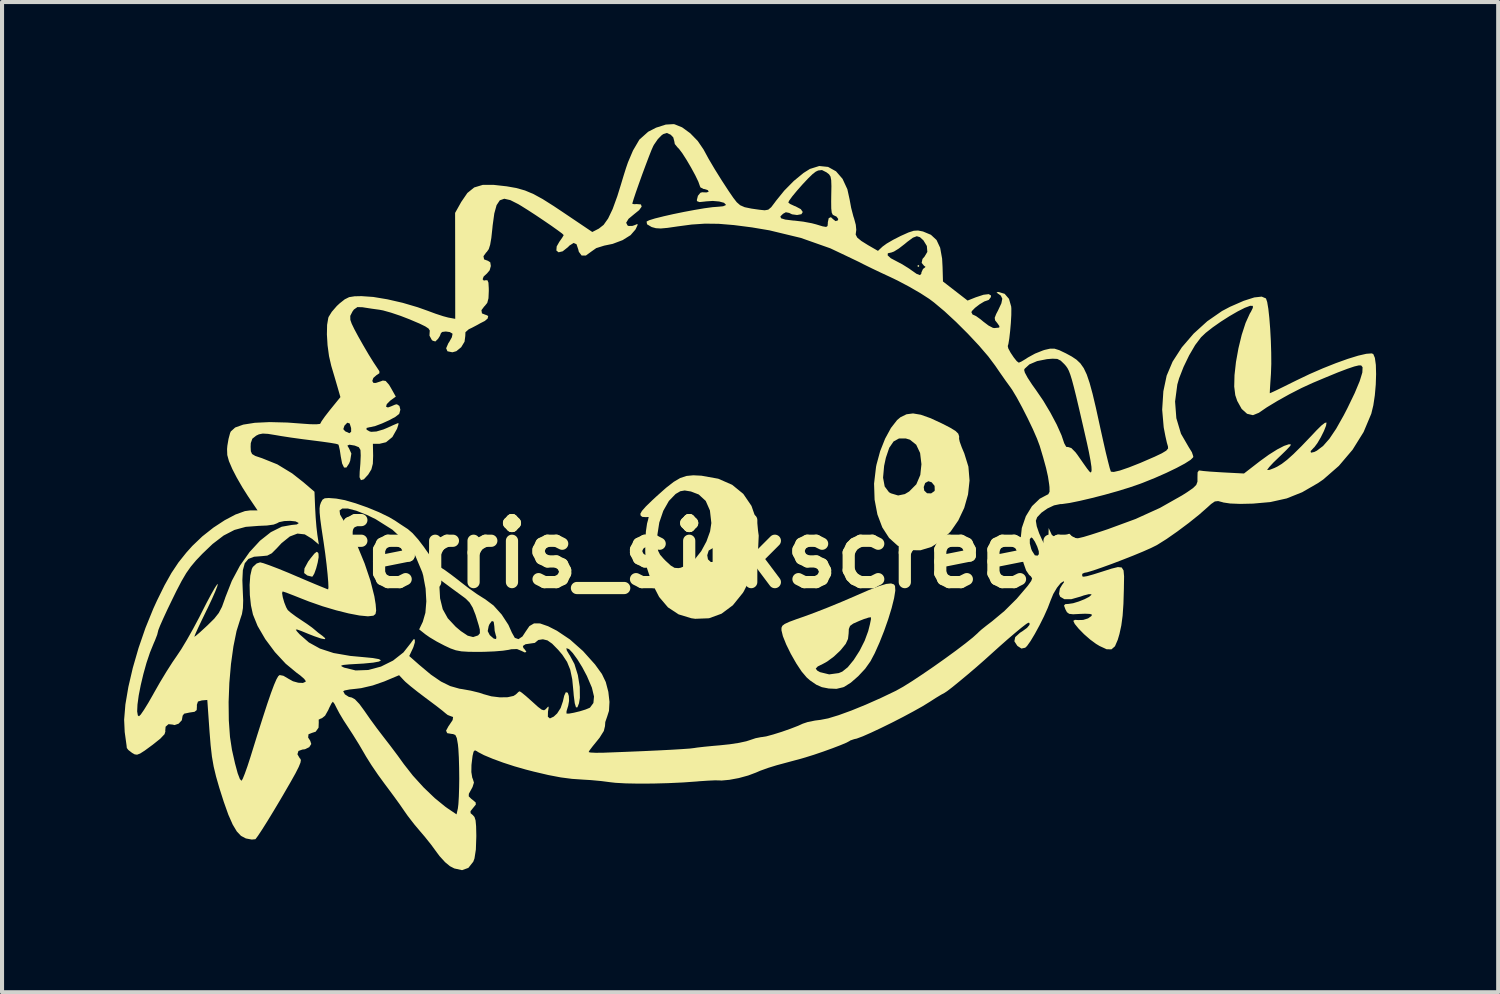
<source format=kicad_pcb>
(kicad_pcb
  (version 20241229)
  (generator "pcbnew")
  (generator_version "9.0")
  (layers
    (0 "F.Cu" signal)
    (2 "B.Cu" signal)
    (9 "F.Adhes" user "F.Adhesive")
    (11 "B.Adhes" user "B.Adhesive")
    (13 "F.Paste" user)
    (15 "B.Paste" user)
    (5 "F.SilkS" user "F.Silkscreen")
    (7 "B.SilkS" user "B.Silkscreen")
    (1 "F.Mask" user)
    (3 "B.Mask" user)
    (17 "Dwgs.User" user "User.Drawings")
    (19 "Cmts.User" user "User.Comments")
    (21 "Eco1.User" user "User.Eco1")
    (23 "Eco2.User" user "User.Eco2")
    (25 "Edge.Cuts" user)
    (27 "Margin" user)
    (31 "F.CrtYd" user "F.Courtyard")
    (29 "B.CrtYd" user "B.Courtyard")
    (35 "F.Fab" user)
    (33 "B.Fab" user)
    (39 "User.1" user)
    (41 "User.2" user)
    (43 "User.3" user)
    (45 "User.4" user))
  (footprint "ferris_silkscreen"
    (layer "F.Cu")
    (at 14.428 10.563)
    (property "Reference" "ferris_silkscreen" (at 0 0 0) (layer "F.SilkS") (effects (font (size 1.524 1.524) (thickness 0.3))))
    (attr board_only exclude_from_pos_files exclude_from_bom)
    (fp_poly (pts (xy 5.111 -7.078) (xy 5.085 -7.053) (xy 5.06 -7.078) (xy 5.085 -7.104)) (stroke (width 0) (type solid)) (fill yes) (layer "F.SilkS"))
    (fp_poly (pts (xy -9.665 -0.037) (xy -9.652 -0.007) (xy -9.649 0.077) (xy -9.672 0.209) (xy -9.71 0.353) (xy -9.755 0.478) (xy -9.797 0.55) (xy -9.812 0.556) (xy -9.878 0.54) (xy -9.927 0.527) (xy -10.005 0.467) (xy -9.997 0.353) (xy -9.906 0.184) (xy -9.852 0.111) (xy -9.755 -0.009) (xy -9.698 -0.055)) (stroke (width 0) (type solid)) (fill yes) (layer "F.SilkS"))
    (fp_poly (pts (xy 5.147 -3.423) (xy 5.389 -3.337) (xy 5.66 -3.211) (xy 5.867 -3.105) (xy 5.997 -3.026) (xy 6.066 -2.959) (xy 6.089 -2.89) (xy 6.087 -2.831) (xy 6.103 -2.758) (xy 6.152 -2.623) (xy 6.215 -2.473) (xy 6.316 -2.147) (xy 6.344 -1.807) (xy 6.307 -1.464) (xy 6.213 -1.133) (xy 6.068 -0.826) (xy 5.881 -0.555) (xy 5.658 -0.334) (xy 5.408 -0.175) (xy 5.137 -0.092) (xy 4.854 -0.096) (xy 4.823 -0.103) (xy 4.576 -0.207) (xy 4.367 -0.396) (xy 4.2 -0.655) (xy 4.08 -0.973) (xy 4.011 -1.335) (xy 3.998 -1.73) (xy 4.015 -1.876) (xy 4.219 -1.876) (xy 4.259 -1.66) (xy 4.364 -1.52) (xy 4.411 -1.492) (xy 4.589 -1.439) (xy 4.754 -1.473) (xy 4.861 -1.537) (xy 4.969 -1.646) (xy 5.218 -1.646) (xy 5.231 -1.559) (xy 5.3 -1.494) (xy 5.4 -1.49) (xy 5.48 -1.546) (xy 5.489 -1.565) (xy 5.485 -1.675) (xy 5.413 -1.763) (xy 5.333 -1.789) (xy 5.254 -1.746) (xy 5.218 -1.646) (xy 4.969 -1.646) (xy 5.036 -1.713) (xy 5.134 -1.943) (xy 5.162 -2.208) (xy 5.129 -2.483) (xy 5.034 -2.685) (xy 4.88 -2.809) (xy 4.78 -2.839) (xy 4.611 -2.84) (xy 4.477 -2.766) (xy 4.371 -2.611) (xy 4.288 -2.366) (xy 4.245 -2.166) (xy 4.219 -1.876) (xy 4.015 -1.876) (xy 4.047 -2.144) (xy 4.058 -2.198) (xy 4.148 -2.529) (xy 4.27 -2.836) (xy 4.413 -3.098) (xy 4.564 -3.292) (xy 4.649 -3.363) (xy 4.795 -3.434) (xy 4.955 -3.455)) (stroke (width 0) (type solid)) (fill yes) (layer "F.SilkS"))
    (fp_poly (pts (xy 4.487 0.746) (xy 4.513 0.784) (xy 4.52 0.898) (xy 4.49 1.085) (xy 4.43 1.326) (xy 4.346 1.601) (xy 4.244 1.891) (xy 4.131 2.176) (xy 4.014 2.438) (xy 3.909 2.636) (xy 3.779 2.819) (xy 3.608 3.002) (xy 3.427 3.16) (xy 3.264 3.263) (xy 3.239 3.273) (xy 3.076 3.312) (xy 2.886 3.304) (xy 2.716 3.271) (xy 2.58 3.211) (xy 2.424 3.104) (xy 2.343 3.033) (xy 2.22 2.888) (xy 2.171 2.815) (xy 2.565 2.815) (xy 2.602 2.864) (xy 2.67 2.902) (xy 2.895 2.957) (xy 3.13 2.925) (xy 3.217 2.889) (xy 3.352 2.781) (xy 3.499 2.601) (xy 3.643 2.376) (xy 3.767 2.13) (xy 3.854 1.894) (xy 3.896 1.727) (xy 3.921 1.605) (xy 3.922 1.554) (xy 3.867 1.56) (xy 3.748 1.598) (xy 3.637 1.642) (xy 3.486 1.709) (xy 3.408 1.766) (xy 3.378 1.842) (xy 3.373 1.95) (xy 3.358 2.085) (xy 3.302 2.207) (xy 3.186 2.351) (xy 3.163 2.376) (xy 3.011 2.519) (xy 2.846 2.641) (xy 2.755 2.692) (xy 2.614 2.762) (xy 2.565 2.815) (xy 2.171 2.815) (xy 2.086 2.686) (xy 1.954 2.455) (xy 1.84 2.223) (xy 1.758 2.019) (xy 1.723 1.875) (xy 1.723 1.812) (xy 1.744 1.763) (xy 1.802 1.718) (xy 1.914 1.666) (xy 2.095 1.599) (xy 2.274 1.537) (xy 2.54 1.439) (xy 2.86 1.314) (xy 3.196 1.176) (xy 3.509 1.042) (xy 3.538 1.029) (xy 3.867 0.886) (xy 4.116 0.789) (xy 4.295 0.735) (xy 4.415 0.722)) (stroke (width 0) (type solid)) (fill yes) (layer "F.SilkS"))
    (fp_poly (pts (xy -0.244 -1.925) (xy 0.169 -1.851) (xy 0.512 -1.701) (xy 0.785 -1.478) (xy 0.986 -1.183) (xy 1.114 -0.816) (xy 1.164 -0.452) (xy 1.143 0.017) (xy 1.021 0.472) (xy 0.797 0.917) (xy 0.771 0.958) (xy 0.528 1.259) (xy 0.25 1.466) (xy -0.058 1.578) (xy -0.396 1.591) (xy -0.494 1.577) (xy -0.805 1.482) (xy -1.066 1.31) (xy -1.282 1.056) (xy -1.458 0.715) (xy -1.583 0.343) (xy -1.611 0.17) (xy -1.624 -0.06) (xy -1.623 -0.313) (xy -1.618 -0.39) (xy -1.329 -0.39) (xy -1.326 -0.201) (xy -1.307 -0.078) (xy -1.26 0.016) (xy -1.171 0.118) (xy -1.124 0.166) (xy -0.997 0.283) (xy -0.904 0.339) (xy -0.811 0.346) (xy -0.755 0.337) (xy -0.621 0.282) (xy -0.468 0.178) (xy -0.397 0.116) (xy -0.329 0.03) (xy -0.101 0.03) (xy -0.083 0.131) (xy -0.014 0.195) (xy 0.088 0.194) (xy 0.183 0.133) (xy 0.206 0.099) (xy 0.227 -0.024) (xy 0.168 -0.115) (xy 0.048 -0.145) (xy 0.031 -0.143) (xy -0.065 -0.086) (xy -0.101 0.03) (xy -0.329 0.03) (xy -0.248 -0.072) (xy -0.12 -0.31) (xy -0.031 -0.556) (xy 0 -0.762) (xy -0.035 -1.071) (xy -0.138 -1.305) (xy -0.311 -1.464) (xy -0.502 -1.537) (xy -0.655 -1.562) (xy -0.764 -1.543) (xy -0.878 -1.476) (xy -1.043 -1.305) (xy -1.181 -1.062) (xy -1.279 -0.775) (xy -1.326 -0.472) (xy -1.329 -0.39) (xy -1.618 -0.39) (xy -1.608 -0.556) (xy -1.579 -0.753) (xy -1.555 -0.839) (xy -1.54 -0.91) (xy -1.589 -0.909) (xy -1.597 -0.906) (xy -1.696 -0.913) (xy -1.736 -0.943) (xy -1.745 -0.988) (xy -1.705 -1.06) (xy -1.609 -1.169) (xy -1.447 -1.326) (xy -1.353 -1.413) (xy -1.114 -1.626) (xy -0.924 -1.774) (xy -0.763 -1.869) (xy -0.61 -1.919) (xy -0.443 -1.935)) (stroke (width 0) (type solid)) (fill yes) (layer "F.SilkS"))
    (fp_poly (pts (xy -0.903 -10.559) (xy -0.718 -10.484) (xy -0.52 -10.34) (xy -0.335 -10.15) (xy -0.191 -9.939) (xy -0.182 -9.922) (xy -0.069 -9.714) (xy 0.084 -9.455) (xy 0.256 -9.179) (xy 0.427 -8.917) (xy 0.538 -8.755) (xy 0.624 -8.644) (xy 0.709 -8.57) (xy 0.819 -8.522) (xy 0.983 -8.488) (xy 1.178 -8.46) (xy 1.311 -8.446) (xy 1.398 -8.461) (xy 1.471 -8.522) (xy 1.565 -8.646) (xy 1.585 -8.674) (xy 1.791 -8.929) (xy 2.027 -9.168) (xy 2.264 -9.363) (xy 2.421 -9.462) (xy 2.651 -9.534) (xy 2.868 -9.512) (xy 3.063 -9.404) (xy 3.224 -9.218) (xy 3.342 -8.963) (xy 3.397 -8.713) (xy 3.435 -8.507) (xy 3.489 -8.299) (xy 3.508 -8.242) (xy 3.549 -8.09) (xy 3.561 -7.965) (xy 3.557 -7.935) (xy 3.546 -7.851) (xy 3.584 -7.776) (xy 3.686 -7.692) (xy 3.848 -7.591) (xy 4.094 -7.449) (xy 4.206 -7.554) (xy 4.309 -7.629) (xy 4.471 -7.723) (xy 4.657 -7.818) (xy 4.66 -7.819) (xy 4.845 -7.902) (xy 4.974 -7.943) (xy 5.079 -7.949) (xy 5.192 -7.927) (xy 5.201 -7.925) (xy 5.395 -7.844) (xy 5.533 -7.716) (xy 5.622 -7.525) (xy 5.67 -7.258) (xy 5.681 -7.052) (xy 5.691 -6.697) (xy 5.993 -6.463) (xy 6.296 -6.228) (xy 6.496 -6.308) (xy 6.688 -6.371) (xy 6.816 -6.386) (xy 6.872 -6.352) (xy 6.867 -6.312) (xy 6.816 -6.244) (xy 6.791 -6.235) (xy 6.707 -6.206) (xy 6.591 -6.136) (xy 6.478 -6.049) (xy 6.403 -5.972) (xy 6.389 -5.941) (xy 6.421 -5.882) (xy 6.439 -5.877) (xy 6.505 -5.846) (xy 6.615 -5.767) (xy 6.682 -5.711) (xy 6.809 -5.615) (xy 6.915 -5.559) (xy 6.951 -5.552) (xy 7.05 -5.562) (xy 7.073 -5.565) (xy 7.078 -5.6) (xy 7.026 -5.674) (xy 6.972 -5.742) (xy 6.962 -5.805) (xy 6.999 -5.899) (xy 7.044 -5.985) (xy 7.126 -6.16) (xy 7.149 -6.274) (xy 7.112 -6.35) (xy 7.065 -6.384) (xy 7.006 -6.425) (xy 7.036 -6.437) (xy 7.06 -6.438) (xy 7.206 -6.394) (xy 7.313 -6.27) (xy 7.367 -6.082) (xy 7.371 -6.031) (xy 7.37 -5.875) (xy 7.359 -5.68) (xy 7.341 -5.476) (xy 7.32 -5.293) (xy 7.298 -5.16) (xy 7.283 -5.111) (xy 7.296 -5.052) (xy 7.352 -4.948) (xy 7.429 -4.833) (xy 7.504 -4.739) (xy 7.554 -4.702) (xy 7.615 -4.728) (xy 7.727 -4.795) (xy 7.778 -4.829) (xy 7.953 -4.925) (xy 8.151 -5.004) (xy 8.193 -5.017) (xy 8.326 -5.047) (xy 8.432 -5.046) (xy 8.549 -5.009) (xy 8.712 -4.931) (xy 8.854 -4.854) (xy 8.971 -4.776) (xy 9.067 -4.685) (xy 9.15 -4.567) (xy 9.224 -4.411) (xy 9.294 -4.205) (xy 9.367 -3.937) (xy 9.448 -3.595) (xy 9.542 -3.166) (xy 9.558 -3.092) (xy 9.627 -2.781) (xy 9.69 -2.503) (xy 9.746 -2.275) (xy 9.788 -2.112) (xy 9.815 -2.03) (xy 9.818 -2.024) (xy 9.888 -2.017) (xy 10.039 -2.052) (xy 10.26 -2.128) (xy 10.541 -2.239) (xy 10.873 -2.383) (xy 10.879 -2.385) (xy 11.068 -2.475) (xy 11.178 -2.541) (xy 11.222 -2.594) (xy 11.219 -2.644) (xy 11.192 -2.737) (xy 11.156 -2.897) (xy 11.118 -3.093) (xy 11.114 -3.118) (xy 11.077 -3.547) (xy 11.106 -3.999) (xy 11.187 -4.383) (xy 11.333 -4.728) (xy 11.56 -5.079) (xy 11.85 -5.416) (xy 12.185 -5.72) (xy 12.547 -5.971) (xy 12.744 -6.075) (xy 13.08 -6.222) (xy 13.34 -6.305) (xy 13.522 -6.325) (xy 13.626 -6.281) (xy 13.628 -6.278) (xy 13.657 -6.193) (xy 13.685 -6.027) (xy 13.71 -5.799) (xy 13.731 -5.529) (xy 13.747 -5.238) (xy 13.756 -4.947) (xy 13.758 -4.675) (xy 13.75 -4.443) (xy 13.749 -4.421) (xy 13.735 -4.217) (xy 13.725 -4.057) (xy 13.721 -3.965) (xy 13.721 -3.951) (xy 13.765 -3.969) (xy 13.885 -4.025) (xy 14.063 -4.112) (xy 14.283 -4.221) (xy 14.376 -4.267) (xy 14.7 -4.422) (xy 15.029 -4.565) (xy 15.346 -4.691) (xy 15.639 -4.796) (xy 15.892 -4.874) (xy 16.092 -4.92) (xy 16.223 -4.93) (xy 16.263 -4.915) (xy 16.303 -4.82) (xy 16.327 -4.647) (xy 16.333 -4.421) (xy 16.325 -4.165) (xy 16.302 -3.901) (xy 16.265 -3.654) (xy 16.215 -3.448) (xy 16.026 -2.998) (xy 15.755 -2.563) (xy 15.418 -2.166) (xy 15.035 -1.832) (xy 14.907 -1.744) (xy 14.517 -1.519) (xy 14.138 -1.367) (xy 13.734 -1.277) (xy 13.307 -1.239) (xy 12.995 -1.232) (xy 12.747 -1.242) (xy 12.579 -1.267) (xy 12.562 -1.273) (xy 12.452 -1.302) (xy 12.37 -1.292) (xy 12.28 -1.23) (xy 12.191 -1.149) (xy 11.985 -0.968) (xy 11.729 -0.763) (xy 11.452 -0.556) (xy 11.186 -0.37) (xy 10.96 -0.228) (xy 10.937 -0.215) (xy 10.802 -0.148) (xy 10.605 -0.061) (xy 10.366 0.038) (xy 10.104 0.141) (xy 9.84 0.242) (xy 9.594 0.331) (xy 9.385 0.403) (xy 9.235 0.448) (xy 9.169 0.46) (xy 9.104 0.489) (xy 9.097 0.511) (xy 9.106 0.545) (xy 9.146 0.557) (xy 9.233 0.543) (xy 9.383 0.501) (xy 9.593 0.435) (xy 9.831 0.359) (xy 9.989 0.32) (xy 10.082 0.33) (xy 10.128 0.403) (xy 10.141 0.549) (xy 10.137 0.783) (xy 10.136 0.856) (xy 10.125 1.224) (xy 10.105 1.515) (xy 10.073 1.754) (xy 10.027 1.966) (xy 9.985 2.108) (xy 9.917 2.266) (xy 9.831 2.342) (xy 9.711 2.339) (xy 9.54 2.26) (xy 9.452 2.207) (xy 9.308 2.101) (xy 9.158 1.97) (xy 9.025 1.834) (xy 8.929 1.717) (xy 8.893 1.641) (xy 8.935 1.617) (xy 9.015 1.622) (xy 9.134 1.619) (xy 9.256 1.581) (xy 9.338 1.523) (xy 9.353 1.49) (xy 9.306 1.472) (xy 9.187 1.466) (xy 9.057 1.471) (xy 8.888 1.48) (xy 8.792 1.469) (xy 8.737 1.429) (xy 8.7 1.36) (xy 8.665 1.265) (xy 8.696 1.231) (xy 8.779 1.225) (xy 8.891 1.208) (xy 9.031 1.165) (xy 9.171 1.109) (xy 9.283 1.051) (xy 9.338 1.003) (xy 9.336 0.988) (xy 9.273 0.986) (xy 9.151 1.017) (xy 9.074 1.044) (xy 8.846 1.109) (xy 8.675 1.11) (xy 8.571 1.049) (xy 8.543 0.98) (xy 8.563 0.85) (xy 8.615 0.762) (xy 8.665 0.692) (xy 8.658 0.667) (xy 8.584 0.714) (xy 8.492 0.828) (xy 8.402 0.98) (xy 8.334 1.144) (xy 8.332 1.15) (xy 8.266 1.323) (xy 8.173 1.531) (xy 8.063 1.751) (xy 7.949 1.961) (xy 7.843 2.138) (xy 7.756 2.26) (xy 7.712 2.302) (xy 7.619 2.322) (xy 7.524 2.26) (xy 7.515 2.251) (xy 7.445 2.143) (xy 7.466 2.041) (xy 7.582 1.935) (xy 7.645 1.895) (xy 7.756 1.814) (xy 7.818 1.74) (xy 7.817 1.693) (xy 7.788 1.687) (xy 7.736 1.719) (xy 7.623 1.806) (xy 7.468 1.934) (xy 7.284 2.091) (xy 7.089 2.263) (xy 6.899 2.434) (xy 6.716 2.599) (xy 6.511 2.779) (xy 6.3 2.959) (xy 6.099 3.126) (xy 5.926 3.267) (xy 5.796 3.367) (xy 5.726 3.413) (xy 5.726 3.413) (xy 5.646 3.456) (xy 5.512 3.537) (xy 5.368 3.63) (xy 5.191 3.739) (xy 4.964 3.866) (xy 4.707 4.004) (xy 4.436 4.143) (xy 4.169 4.274) (xy 3.924 4.389) (xy 3.72 4.479) (xy 3.573 4.534) (xy 3.51 4.548) (xy 3.413 4.581) (xy 3.396 4.594) (xy 3.323 4.633) (xy 3.176 4.695) (xy 2.978 4.771) (xy 2.751 4.853) (xy 2.519 4.932) (xy 2.304 4.999) (xy 2.198 5.03) (xy 1.981 5.088) (xy 1.737 5.154) (xy 1.61 5.188) (xy 1.402 5.252) (xy 1.199 5.325) (xy 1.095 5.37) (xy 0.906 5.441) (xy 0.676 5.504) (xy 0.445 5.547) (xy 0.252 5.565) (xy 0.194 5.562) (xy 0.09 5.56) (xy -0.084 5.568) (xy -0.294 5.582) (xy -0.358 5.588) (xy -0.693 5.612) (xy -1.059 5.629) (xy -1.43 5.639) (xy -1.786 5.641) (xy -2.101 5.635) (xy -2.354 5.621) (xy -2.479 5.607) (xy -2.702 5.578) (xy -2.961 5.554) (xy -3.143 5.543) (xy -3.423 5.524) (xy -3.7 5.488) (xy -4.004 5.43) (xy -4.362 5.346) (xy -4.556 5.296) (xy -4.836 5.216) (xy -5.116 5.125) (xy -5.374 5.03) (xy -5.587 4.941) (xy -5.732 4.865) (xy -5.762 4.844) (xy -5.809 4.822) (xy -5.842 4.855) (xy -5.867 4.959) (xy -5.89 5.147) (xy -5.894 5.184) (xy -5.897 5.357) (xy -5.875 5.493) (xy -5.86 5.528) (xy -5.833 5.615) (xy -5.867 5.724) (xy -5.898 5.781) (xy -5.958 5.89) (xy -5.961 5.953) (xy -5.904 6.01) (xy -5.873 6.034) (xy -5.791 6.103) (xy -5.787 6.156) (xy -5.852 6.236) (xy -5.918 6.318) (xy -5.915 6.368) (xy -5.864 6.411) (xy -5.82 6.461) (xy -5.793 6.545) (xy -5.78 6.687) (xy -5.775 6.905) (xy -5.775 6.946) (xy -5.786 7.262) (xy -5.82 7.48) (xy -5.85 7.56) (xy -5.97 7.711) (xy -6.125 7.767) (xy -6.315 7.725) (xy -6.422 7.67) (xy -6.542 7.571) (xy -6.677 7.423) (xy -6.75 7.325) (xy -6.881 7.146) (xy -7.04 6.947) (xy -7.146 6.823) (xy -7.301 6.639) (xy -7.458 6.436) (xy -7.545 6.312) (xy -7.654 6.154) (xy -7.801 5.951) (xy -7.961 5.735) (xy -8.027 5.647) (xy -8.189 5.425) (xy -8.351 5.187) (xy -8.486 4.972) (xy -8.524 4.906) (xy -8.656 4.68) (xy -8.809 4.434) (xy -8.92 4.263) (xy -9.037 4.084) (xy -9.139 3.913) (xy -9.204 3.79) (xy -9.258 3.683) (xy -9.298 3.63) (xy -9.301 3.629) (xy -9.335 3.672) (xy -9.389 3.779) (xy -9.413 3.834) (xy -9.491 3.972) (xy -9.571 4.036) (xy -9.585 4.037) (xy -9.648 4.069) (xy -9.646 4.132) (xy -9.651 4.266) (xy -9.722 4.365) (xy -9.815 4.395) (xy -9.898 4.428) (xy -9.907 4.508) (xy -9.856 4.587) (xy -9.83 4.667) (xy -9.88 4.745) (xy -9.984 4.796) (xy -10.049 4.804) (xy -10.145 4.838) (xy -10.17 4.919) (xy -10.115 5.015) (xy -10.1 5.028) (xy -10.085 5.062) (xy -10.096 5.127) (xy -10.139 5.232) (xy -10.219 5.39) (xy -10.342 5.609) (xy -10.511 5.901) (xy -10.586 6.029) (xy -10.753 6.309) (xy -10.906 6.56) (xy -11.037 6.768) (xy -11.136 6.918) (xy -11.195 6.998) (xy -11.205 7.007) (xy -11.293 7.015) (xy -11.425 6.99) (xy -11.447 6.983) (xy -11.557 6.924) (xy -11.66 6.815) (xy -11.761 6.646) (xy -11.867 6.406) (xy -11.981 6.085) (xy -12.088 5.749) (xy -12.169 5.468) (xy -12.228 5.222) (xy -12.271 4.976) (xy -12.303 4.695) (xy -12.33 4.361) (xy -12.381 3.635) (xy -11.861 3.635) (xy -11.856 4.086) (xy -11.827 4.495) (xy -11.779 4.809) (xy -11.703 5.146) (xy -11.638 5.387) (xy -11.584 5.528) (xy -11.545 5.571) (xy -11.515 5.525) (xy -11.464 5.399) (xy -11.398 5.214) (xy -11.324 4.986) (xy -11.319 4.97) (xy -11.158 4.45) (xy -11.022 4.022) (xy -10.91 3.677) (xy -10.818 3.41) (xy -10.803 3.37) (xy -9.046 3.37) (xy -9.004 3.447) (xy -8.908 3.509) (xy -8.833 3.526) (xy -8.757 3.569) (xy -8.647 3.685) (xy -8.529 3.846) (xy -8.385 4.053) (xy -8.213 4.288) (xy -8.053 4.497) (xy -7.886 4.713) (xy -7.705 4.954) (xy -7.555 5.162) (xy -7.333 5.445) (xy -7.071 5.733) (xy -6.798 5.995) (xy -6.542 6.204) (xy -6.485 6.245) (xy -6.261 6.396) (xy -6.228 6.251) (xy -6.215 6.143) (xy -6.204 5.959) (xy -6.197 5.728) (xy -6.194 5.52) (xy -6.197 5.254) (xy -6.204 4.999) (xy -6.216 4.786) (xy -6.227 4.676) (xy -6.254 4.522) (xy -6.29 4.446) (xy -6.351 4.421) (xy -6.371 4.421) (xy -6.49 4.401) (xy -6.518 4.34) (xy -6.458 4.229) (xy -6.445 4.212) (xy -6.356 4.078) (xy -6.346 4.004) (xy -6.397 3.986) (xy -6.479 3.954) (xy -6.537 3.908) (xy -6.612 3.845) (xy -6.748 3.739) (xy -6.921 3.609) (xy -7.027 3.53) (xy -7.217 3.386) (xy -7.388 3.25) (xy -7.515 3.142) (xy -7.554 3.103) (xy -7.672 2.977) (xy -8.038 3.131) (xy -8.32 3.229) (xy -8.603 3.295) (xy -8.725 3.31) (xy -8.891 3.328) (xy -9.007 3.351) (xy -9.046 3.37) (xy -10.803 3.37) (xy -10.744 3.213) (xy -10.686 3.079) (xy -10.642 3.002) (xy -10.608 2.973) (xy -10.608 2.973) (xy -10.515 2.991) (xy -10.4 3.058) (xy -10.393 3.063) (xy -10.279 3.126) (xy -10.149 3.162) (xy -10.035 3.167) (xy -9.97 3.138) (xy -9.966 3.12) (xy -10.005 3.066) (xy -10.104 2.98) (xy -10.19 2.917) (xy -10.459 2.694) (xy -10.723 2.409) (xy -10.96 2.091) (xy -11.149 1.767) (xy -11.263 1.486) (xy -11.312 1.262) (xy -11.339 1.009) (xy -11.34 0.961) (xy -10.547 0.961) (xy -10.53 1.063) (xy -10.493 1.191) (xy -10.446 1.309) (xy -10.408 1.376) (xy -10.334 1.441) (xy -10.205 1.537) (xy -10.087 1.616) (xy -9.934 1.718) (xy -9.81 1.807) (xy -9.754 1.853) (xy -9.661 1.932) (xy -9.558 2.008) (xy -9.486 2.07) (xy -9.499 2.092) (xy -9.591 2.075) (xy -9.753 2.02) (xy -9.889 1.967) (xy -10.075 1.891) (xy -10.178 1.854) (xy -10.21 1.857) (xy -10.183 1.899) (xy -10.115 1.974) (xy -9.889 2.172) (xy -9.616 2.323) (xy -9.282 2.432) (xy -8.872 2.503) (xy -8.568 2.531) (xy -8.317 2.555) (xy -8.168 2.582) (xy -8.117 2.611) (xy -8.165 2.641) (xy -8.309 2.668) (xy -8.549 2.691) (xy -8.672 2.698) (xy -8.898 2.711) (xy -9.034 2.724) (xy -9.092 2.738) (xy -9.086 2.759) (xy -9.028 2.788) (xy -9.02 2.791) (xy -8.739 2.86) (xy -8.431 2.849) (xy -8.117 2.765) (xy -7.821 2.618) (xy -7.565 2.417) (xy -7.371 2.17) (xy -7.364 2.157) (xy -7.312 2.09) (xy -7.285 2.102) (xy -7.286 2.174) (xy -7.32 2.285) (xy -7.336 2.322) (xy -7.423 2.506) (xy -7.178 2.722) (xy -6.89 2.963) (xy -6.642 3.133) (xy -6.416 3.244) (xy -6.191 3.308) (xy -6.119 3.319) (xy -5.908 3.357) (xy -5.704 3.407) (xy -5.596 3.443) (xy -5.404 3.496) (xy -5.197 3.521) (xy -5.005 3.518) (xy -4.86 3.486) (xy -4.804 3.45) (xy -4.737 3.386) (xy -4.708 3.373) (xy -4.658 3.406) (xy -4.554 3.491) (xy -4.419 3.611) (xy -4.4 3.628) (xy -4.257 3.757) (xy -4.167 3.824) (xy -4.11 3.839) (xy -4.067 3.81) (xy -4.053 3.794) (xy -4.007 3.745) (xy -3.997 3.772) (xy -4.014 3.871) (xy -4.017 3.997) (xy -3.967 4.039) (xy -3.873 3.995) (xy -3.789 3.917) (xy -3.702 3.782) (xy -3.647 3.618) (xy -3.645 3.609) (xy -3.615 3.48) (xy -3.579 3.401) (xy -3.572 3.395) (xy -3.527 3.408) (xy -3.501 3.49) (xy -3.496 3.609) (xy -3.518 3.733) (xy -3.525 3.753) (xy -3.558 3.861) (xy -3.56 3.919) (xy -3.56 3.919) (xy -3.5 3.921) (xy -3.379 3.899) (xy -3.23 3.863) (xy -3.091 3.82) (xy -2.994 3.78) (xy -2.98 3.771) (xy -2.898 3.66) (xy -2.883 3.5) (xy -2.935 3.283) (xy -3.056 3) (xy -3.056 2.999) (xy -3.173 2.779) (xy -3.293 2.585) (xy -3.405 2.432) (xy -3.496 2.336) (xy -3.556 2.314) (xy -3.562 2.318) (xy -3.551 2.371) (xy -3.493 2.469) (xy -3.478 2.49) (xy -3.364 2.702) (xy -3.28 2.974) (xy -3.233 3.264) (xy -3.23 3.533) (xy -3.252 3.667) (xy -3.291 3.766) (xy -3.326 3.766) (xy -3.356 3.667) (xy -3.381 3.473) (xy -3.388 3.386) (xy -3.418 3.077) (xy -3.467 2.842) (xy -3.545 2.65) (xy -3.663 2.472) (xy -3.762 2.355) (xy -3.911 2.203) (xy -4.026 2.122) (xy -4.132 2.096) (xy -4.144 2.095) (xy -4.25 2.111) (xy -4.293 2.146) (xy -4.337 2.183) (xy -4.443 2.198) (xy -4.566 2.216) (xy -4.631 2.259) (xy -4.617 2.312) (xy -4.6 2.325) (xy -4.551 2.391) (xy -4.548 2.406) (xy -4.584 2.418) (xy -4.663 2.38) (xy -4.775 2.334) (xy -4.915 2.339) (xy -4.983 2.354) (xy -5.123 2.375) (xy -5.331 2.392) (xy -5.574 2.402) (xy -5.714 2.404) (xy -5.962 2.402) (xy -6.14 2.391) (xy -6.278 2.365) (xy -6.409 2.319) (xy -6.558 2.249) (xy -6.747 2.15) (xy -6.921 2.046) (xy -7.027 1.972) (xy -7.179 1.851) (xy -7.09 1.665) (xy -7.026 1.444) (xy -7.003 1.161) (xy -7.021 0.847) (xy -7.064 0.617) (xy -6.684 0.617) (xy -6.684 0.756) (xy -6.665 1.09) (xy -6.6 1.355) (xy -6.476 1.578) (xy -6.281 1.787) (xy -6.154 1.894) (xy -5.986 2.006) (xy -5.853 2.04) (xy -5.733 2) (xy -5.729 1.997) (xy -5.687 1.947) (xy -5.688 1.893) (xy -5.495 1.893) (xy -5.445 1.991) (xy -5.436 2) (xy -5.347 2.077) (xy -5.289 2.089) (xy -5.282 2.036) (xy -5.293 2.006) (xy -5.324 1.887) (xy -5.332 1.776) (xy -5.348 1.663) (xy -5.392 1.645) (xy -5.45 1.721) (xy -5.471 1.77) (xy -5.495 1.893) (xy -5.688 1.893) (xy -5.689 1.855) (xy -5.714 1.756) (xy -5.793 1.497) (xy -5.864 1.317) (xy -5.94 1.191) (xy -6.031 1.099) (xy -6.068 1.07) (xy -6.214 0.963) (xy -6.388 0.836) (xy -6.462 0.781) (xy -6.684 0.617) (xy -7.064 0.617) (xy -7.079 0.532) (xy -7.104 0.445) (xy -7.272 0.045) (xy -7.514 -0.3) (xy -7.837 -0.598) (xy -8.247 -0.856) (xy -8.462 -0.961) (xy -8.725 -1.065) (xy -8.929 -1.118) (xy -9.068 -1.119) (xy -9.135 -1.07) (xy -9.122 -0.97) (xy -9.074 -0.888) (xy -8.879 -0.569) (xy -8.69 -0.185) (xy -8.519 0.232) (xy -8.378 0.65) (xy -8.28 1.038) (xy -8.248 1.234) (xy -8.236 1.39) (xy -8.252 1.473) (xy -8.302 1.514) (xy -8.305 1.515) (xy -8.437 1.53) (xy -8.646 1.51) (xy -8.912 1.459) (xy -9.22 1.382) (xy -9.55 1.284) (xy -9.885 1.167) (xy -10.066 1.096) (xy -10.26 1.019) (xy -10.418 0.958) (xy -10.516 0.924) (xy -10.535 0.92) (xy -10.547 0.961) (xy -11.34 0.961) (xy -11.345 0.757) (xy -11.329 0.533) (xy -11.291 0.368) (xy -11.266 0.318) (xy -11.172 0.232) (xy -11.087 0.204) (xy -11.008 0.224) (xy -10.854 0.278) (xy -10.642 0.359) (xy -10.392 0.461) (xy -10.214 0.537) (xy -9.954 0.648) (xy -9.728 0.743) (xy -9.553 0.815) (xy -9.444 0.859) (xy -9.416 0.869) (xy -9.408 0.821) (xy -9.413 0.691) (xy -9.429 0.497) (xy -9.454 0.257) (xy -9.487 -0.011) (xy -9.526 -0.287) (xy -9.533 -0.332) (xy -9.579 -0.637) (xy -9.609 -0.859) (xy -9.624 -1.015) (xy -9.626 -1.122) (xy -9.616 -1.199) (xy -9.594 -1.262) (xy -9.59 -1.271) (xy -9.553 -1.337) (xy -9.499 -1.37) (xy -9.401 -1.377) (xy -9.231 -1.364) (xy -9.211 -1.362) (xy -9.005 -1.324) (xy -8.741 -1.247) (xy -8.451 -1.145) (xy -8.167 -1.028) (xy -7.921 -0.909) (xy -7.775 -0.823) (xy -7.641 -0.733) (xy -7.485 -0.631) (xy -7.456 -0.612) (xy -7.342 -0.514) (xy -7.202 -0.357) (xy -7.06 -0.171) (xy -7.022 -0.115) (xy -6.894 0.065) (xy -6.769 0.217) (xy -6.669 0.315) (xy -6.644 0.332) (xy -6.546 0.395) (xy -6.397 0.503) (xy -6.222 0.637) (xy -6.158 0.688) (xy -5.962 0.839) (xy -5.761 0.982) (xy -5.591 1.09) (xy -5.559 1.109) (xy -5.352 1.264) (xy -5.152 1.486) (xy -4.986 1.74) (xy -4.902 1.929) (xy -4.829 2.059) (xy -4.739 2.091) (xy -4.641 2.025) (xy -4.562 1.904) (xy -4.47 1.77) (xy -4.357 1.704) (xy -4.209 1.705) (xy -4.011 1.774) (xy -3.795 1.884) (xy -3.474 2.099) (xy -3.153 2.384) (xy -2.858 2.713) (xy -2.689 2.947) (xy -2.594 3.145) (xy -2.531 3.385) (xy -2.503 3.632) (xy -2.515 3.852) (xy -2.559 3.991) (xy -2.606 4.127) (xy -2.613 4.228) (xy -2.642 4.347) (xy -2.746 4.513) (xy -2.807 4.589) (xy -2.915 4.722) (xy -2.991 4.822) (xy -3.015 4.866) (xy -2.968 4.877) (xy -2.843 4.883) (xy -2.663 4.882) (xy -2.594 4.879) (xy -2.124 4.861) (xy -1.69 4.843) (xy -1.302 4.825) (xy -0.972 4.808) (xy -0.71 4.792) (xy -0.527 4.779) (xy -0.436 4.768) (xy -0.434 4.768) (xy -0.342 4.754) (xy -0.175 4.735) (xy 0.041 4.714) (xy 0.204 4.7) (xy 0.451 4.674) (xy 0.68 4.639) (xy 0.859 4.6) (xy 0.931 4.577) (xy 1.086 4.525) (xy 1.223 4.498) (xy 1.242 4.497) (xy 1.349 4.48) (xy 1.521 4.433) (xy 1.729 4.368) (xy 1.943 4.293) (xy 2.134 4.219) (xy 2.246 4.168) (xy 2.369 4.127) (xy 2.548 4.091) (xy 2.683 4.074) (xy 2.869 4.038) (xy 3.128 3.959) (xy 3.441 3.845) (xy 3.792 3.702) (xy 4.164 3.537) (xy 4.538 3.358) (xy 4.55 3.351) (xy 4.715 3.259) (xy 4.934 3.122) (xy 5.189 2.953) (xy 5.465 2.764) (xy 5.743 2.567) (xy 6.008 2.374) (xy 6.241 2.197) (xy 6.427 2.048) (xy 6.548 1.939) (xy 6.567 1.919) (xy 6.633 1.859) (xy 6.754 1.762) (xy 6.899 1.651) (xy 7.2 1.4) (xy 7.502 1.1) (xy 7.763 0.794) (xy 7.781 0.771) (xy 7.86 0.66) (xy 7.882 0.597) (xy 7.85 0.547) (xy 7.808 0.513) (xy 7.734 0.403) (xy 7.669 0.219) (xy 7.621 -0.015) (xy 7.598 -0.262) (xy 7.825 -0.262) (xy 7.859 -0.128) (xy 7.879 -0.079) (xy 7.949 0.031) (xy 8.015 0.04) (xy 8.047 0.004) (xy 8.045 -0.068) (xy 8.007 -0.183) (xy 7.95 -0.303) (xy 7.892 -0.389) (xy 7.861 -0.409) (xy 7.825 -0.367) (xy 7.825 -0.262) (xy 7.598 -0.262) (xy 7.597 -0.271) (xy 7.595 -0.332) (xy 7.628 -0.641) (xy 7.689 -0.818) (xy 7.973 -0.818) (xy 7.995 -0.682) (xy 8.054 -0.51) (xy 8.135 -0.33) (xy 8.226 -0.168) (xy 8.313 -0.049) (xy 8.383 -0.00014) (xy 8.386 0) (xy 8.399 -0.039) (xy 8.366 -0.134) (xy 8.357 -0.151) (xy 8.302 -0.315) (xy 8.284 -0.47) (xy 8.288 -0.639) (xy 8.388 -0.422) (xy 8.456 -0.293) (xy 8.514 -0.215) (xy 8.533 -0.204) (xy 8.667 -0.243) (xy 8.735 -0.347) (xy 8.739 -0.389) (xy 8.755 -0.491) (xy 8.802 -0.497) (xy 8.867 -0.425) (xy 8.897 -0.396) (xy 8.945 -0.384) (xy 9.024 -0.391) (xy 9.149 -0.421) (xy 9.334 -0.477) (xy 9.596 -0.562) (xy 9.742 -0.611) (xy 10.422 -0.861) (xy 11.023 -1.134) (xy 11.564 -1.44) (xy 11.689 -1.519) (xy 11.836 -1.621) (xy 11.914 -1.698) (xy 11.944 -1.778) (xy 11.944 -1.882) (xy 11.947 -2.007) (xy 11.979 -2.052) (xy 12.01 -2.051) (xy 12.092 -2.04) (xy 12.25 -2.026) (xy 12.456 -2.013) (xy 12.587 -2.005) (xy 13.087 -1.979) (xy 13.481 -2.284) (xy 13.698 -2.441) (xy 13.9 -2.568) (xy 14.071 -2.657) (xy 14.192 -2.698) (xy 14.243 -2.69) (xy 14.217 -2.65) (xy 14.131 -2.558) (xy 14.002 -2.432) (xy 13.948 -2.381) (xy 13.808 -2.246) (xy 13.707 -2.137) (xy 13.66 -2.073) (xy 13.66 -2.064) (xy 13.717 -2.069) (xy 13.831 -2.113) (xy 13.901 -2.146) (xy 14.015 -2.215) (xy 14.146 -2.315) (xy 14.303 -2.456) (xy 14.499 -2.65) (xy 14.745 -2.907) (xy 14.87 -3.04) (xy 14.987 -3.156) (xy 15.075 -3.224) (xy 15.115 -3.231) (xy 15.103 -3.153) (xy 15.051 -3.022) (xy 14.975 -2.869) (xy 14.891 -2.726) (xy 14.816 -2.625) (xy 14.799 -2.61) (xy 14.724 -2.528) (xy 14.733 -2.49) (xy 14.815 -2.508) (xy 14.878 -2.54) (xy 15.03 -2.655) (xy 15.185 -2.831) (xy 15.352 -3.079) (xy 15.538 -3.409) (xy 15.627 -3.581) (xy 15.807 -3.954) (xy 15.93 -4.248) (xy 15.995 -4.46) (xy 16.001 -4.59) (xy 15.967 -4.634) (xy 15.907 -4.635) (xy 15.798 -4.609) (xy 15.629 -4.552) (xy 15.392 -4.462) (xy 15.079 -4.333) (xy 14.77 -4.203) (xy 14.5 -4.079) (xy 14.202 -3.926) (xy 13.908 -3.762) (xy 13.647 -3.604) (xy 13.453 -3.471) (xy 13.308 -3.412) (xy 13.163 -3.446) (xy 13.03 -3.566) (xy 12.921 -3.762) (xy 12.873 -3.904) (xy 12.847 -4.115) (xy 12.854 -4.395) (xy 12.89 -4.718) (xy 12.951 -5.056) (xy 13.031 -5.385) (xy 13.126 -5.678) (xy 13.23 -5.908) (xy 13.26 -5.957) (xy 13.305 -6.05) (xy 13.305 -6.098) (xy 13.238 -6.099) (xy 13.107 -6.05) (xy 12.931 -5.961) (xy 12.729 -5.844) (xy 12.519 -5.71) (xy 12.319 -5.57) (xy 12.148 -5.436) (xy 12.032 -5.326) (xy 11.888 -5.136) (xy 11.739 -4.881) (xy 11.602 -4.597) (xy 11.493 -4.318) (xy 11.449 -4.165) (xy 11.394 -3.748) (xy 11.425 -3.338) (xy 11.539 -2.956) (xy 11.73 -2.626) (xy 11.807 -2.502) (xy 11.841 -2.4) (xy 11.838 -2.376) (xy 11.775 -2.314) (xy 11.634 -2.224) (xy 11.43 -2.115) (xy 11.179 -1.994) (xy 10.9 -1.871) (xy 10.607 -1.753) (xy 10.528 -1.723) (xy 10.275 -1.636) (xy 9.979 -1.545) (xy 9.662 -1.456) (xy 9.346 -1.375) (xy 9.052 -1.306) (xy 8.803 -1.255) (xy 8.62 -1.229) (xy 8.57 -1.227) (xy 8.42 -1.196) (xy 8.257 -1.119) (xy 8.109 -1.015) (xy 8.005 -0.904) (xy 7.973 -0.818) (xy 7.689 -0.818) (xy 7.727 -0.929) (xy 7.878 -1.176) (xy 8.07 -1.36) (xy 8.207 -1.433) (xy 8.279 -1.47) (xy 8.31 -1.531) (xy 8.308 -1.647) (xy 8.299 -1.723) (xy 8.271 -1.905) (xy 8.224 -2.115) (xy 8.152 -2.377) (xy 8.068 -2.658) (xy 8.001 -2.837) (xy 7.898 -3.073) (xy 7.771 -3.338) (xy 7.635 -3.605) (xy 7.504 -3.847) (xy 7.392 -4.034) (xy 7.349 -4.096) (xy 7.229 -4.261) (xy 7.087 -4.464) (xy 7.045 -4.525) (xy 7.685 -4.525) (xy 7.703 -4.458) (xy 7.772 -4.33) (xy 7.881 -4.163) (xy 7.976 -4.03) (xy 8.156 -3.767) (xy 8.33 -3.475) (xy 8.485 -3.183) (xy 8.604 -2.917) (xy 8.67 -2.722) (xy 8.719 -2.634) (xy 8.772 -2.628) (xy 8.845 -2.604) (xy 8.947 -2.501) (xy 8.994 -2.439) (xy 9.137 -2.234) (xy 9.232 -2.1) (xy 9.29 -2.027) (xy 9.32 -2.003) (xy 9.334 -2.016) (xy 9.342 -2.054) (xy 9.343 -2.059) (xy 9.339 -2.143) (xy 9.315 -2.303) (xy 9.275 -2.514) (xy 9.23 -2.723) (xy 9.123 -3.192) (xy 9.035 -3.572) (xy 8.964 -3.873) (xy 8.906 -4.106) (xy 8.859 -4.282) (xy 8.819 -4.41) (xy 8.784 -4.502) (xy 8.75 -4.568) (xy 8.714 -4.619) (xy 8.674 -4.665) (xy 8.674 -4.665) (xy 8.584 -4.752) (xy 8.501 -4.794) (xy 8.385 -4.8) (xy 8.248 -4.789) (xy 8.005 -4.741) (xy 7.815 -4.66) (xy 7.7 -4.555) (xy 7.685 -4.525) (xy 7.045 -4.525) (xy 6.976 -4.626) (xy 6.804 -4.856) (xy 6.572 -5.126) (xy 6.301 -5.415) (xy 6.013 -5.702) (xy 5.729 -5.965) (xy 5.47 -6.182) (xy 5.354 -6.269) (xy 5.134 -6.411) (xy 4.861 -6.569) (xy 4.577 -6.719) (xy 4.409 -6.8) (xy 4.164 -6.914) (xy 3.929 -7.026) (xy 3.732 -7.123) (xy 3.623 -7.179) (xy 3.288 -7.339) (xy 4.332 -7.339) (xy 4.409 -7.268) (xy 4.509 -7.215) (xy 4.691 -7.119) (xy 4.868 -7.008) (xy 4.903 -6.982) (xy 5.045 -6.883) (xy 5.126 -6.853) (xy 5.159 -6.889) (xy 5.162 -6.921) (xy 5.201 -7.006) (xy 5.226 -7.023) (xy 5.263 -7.056) (xy 5.226 -7.083) (xy 5.167 -7.154) (xy 5.188 -7.251) (xy 5.238 -7.308) (xy 5.307 -7.424) (xy 5.295 -7.569) (xy 5.211 -7.707) (xy 5.126 -7.785) (xy 5.048 -7.809) (xy 4.953 -7.773) (xy 4.817 -7.673) (xy 4.747 -7.615) (xy 4.607 -7.507) (xy 4.488 -7.433) (xy 4.427 -7.41) (xy 4.336 -7.39) (xy 4.332 -7.339) (xy 3.288 -7.339) (xy 2.925 -7.511) (xy 2.2 -7.767) (xy 1.425 -7.954) (xy 0.997 -8.026) (xy 0.554 -8.083) (xy 0.18 -8.114) (xy -0.156 -8.118) (xy -0.485 -8.096) (xy -0.837 -8.049) (xy -1.078 -8.014) (xy -1.244 -7.999) (xy -1.362 -8.006) (xy -1.458 -8.032) (xy -1.473 -8.038) (xy -1.58 -8.102) (xy -1.591 -8.166) (xy -1.588 -8.171) (xy -1.526 -8.202) (xy -1.384 -8.246) (xy -1.182 -8.296) (xy 1.696 -8.296) (xy 1.712 -8.25) (xy 1.815 -8.218) (xy 2.011 -8.194) (xy 2.046 -8.192) (xy 2.258 -8.167) (xy 2.467 -8.128) (xy 2.571 -8.101) (xy 2.733 -8.052) (xy 2.82 -8.037) (xy 2.855 -8.06) (xy 2.862 -8.126) (xy 2.862 -8.152) (xy 2.884 -8.253) (xy 2.938 -8.277) (xy 2.99 -8.228) (xy 3.052 -8.18) (xy 3.108 -8.198) (xy 3.118 -8.233) (xy 3.075 -8.291) (xy 3.027 -8.313) (xy 2.984 -8.335) (xy 2.958 -8.388) (xy 2.946 -8.492) (xy 2.944 -8.667) (xy 2.946 -8.815) (xy 2.95 -9.04) (xy 2.945 -9.186) (xy 2.928 -9.275) (xy 2.892 -9.33) (xy 2.834 -9.375) (xy 2.827 -9.38) (xy 2.718 -9.435) (xy 2.625 -9.424) (xy 2.566 -9.396) (xy 2.487 -9.335) (xy 2.371 -9.222) (xy 2.237 -9.079) (xy 2.103 -8.927) (xy 1.988 -8.788) (xy 1.911 -8.682) (xy 1.891 -8.637) (xy 1.934 -8.602) (xy 2.04 -8.553) (xy 2.07 -8.542) (xy 2.198 -8.474) (xy 2.246 -8.404) (xy 2.213 -8.35) (xy 2.106 -8.33) (xy 1.982 -8.347) (xy 1.911 -8.382) (xy 1.83 -8.398) (xy 1.761 -8.36) (xy 1.696 -8.296) (xy -1.182 -8.296) (xy -1.181 -8.297) (xy -0.937 -8.352) (xy -0.674 -8.406) (xy -0.412 -8.455) (xy -0.17 -8.496) (xy 0.031 -8.523) (xy 0.166 -8.533) (xy 0.289 -8.545) (xy 0.355 -8.573) (xy 0.358 -8.582) (xy 0.312 -8.63) (xy 0.194 -8.662) (xy 0.035 -8.676) (xy -0.135 -8.665) (xy -0.154 -8.662) (xy -0.291 -8.648) (xy -0.35 -8.67) (xy -0.357 -8.696) (xy -0.33 -8.802) (xy -0.269 -8.877) (xy -0.225 -8.889) (xy -0.135 -8.885) (xy -0.106 -8.887) (xy -0.063 -8.908) (xy -0.09 -8.943) (xy -0.165 -8.967) (xy -0.19 -8.969) (xy -0.268 -9.009) (xy -0.283 -9.046) (xy -0.319 -9.148) (xy -0.395 -9.306) (xy -0.496 -9.492) (xy -0.606 -9.68) (xy -0.711 -9.844) (xy -0.795 -9.956) (xy -0.826 -9.986) (xy -0.898 -10.074) (xy -0.911 -10.145) (xy -0.936 -10.238) (xy -0.999 -10.303) (xy -1.091 -10.346) (xy -1.177 -10.32) (xy -1.217 -10.294) (xy -1.313 -10.197) (xy -1.41 -10.056) (xy -1.429 -10.021) (xy -1.472 -9.924) (xy -1.536 -9.761) (xy -1.614 -9.555) (xy -1.699 -9.326) (xy -1.781 -9.097) (xy -1.854 -8.889) (xy -1.909 -8.724) (xy -1.939 -8.624) (xy -1.942 -8.606) (xy -1.899 -8.596) (xy -1.833 -8.599) (xy -1.73 -8.59) (xy -1.712 -8.536) (xy -1.775 -8.449) (xy -1.889 -8.357) (xy -2.035 -8.236) (xy -2.093 -8.14) (xy -2.059 -8.073) (xy -2.031 -8.06) (xy -1.936 -8.063) (xy -1.875 -8.085) (xy -1.817 -8.11) (xy -1.812 -8.085) (xy -1.856 -7.99) (xy -1.865 -7.973) (xy -1.985 -7.835) (xy -2.18 -7.713) (xy -2.424 -7.621) (xy -2.632 -7.578) (xy -2.828 -7.517) (xy -2.956 -7.427) (xy -3.083 -7.334) (xy -3.187 -7.334) (xy -3.256 -7.427) (xy -3.27 -7.484) (xy -3.313 -7.612) (xy -3.383 -7.644) (xy -3.485 -7.58) (xy -3.525 -7.539) (xy -3.653 -7.438) (xy -3.754 -7.414) (xy -3.808 -7.458) (xy -3.8 -7.558) (xy -3.737 -7.669) (xy -3.665 -7.772) (xy -3.629 -7.834) (xy -3.629 -7.838) (xy -3.668 -7.876) (xy -3.776 -7.956) (xy -3.932 -8.067) (xy -4.118 -8.194) (xy -4.316 -8.327) (xy -4.507 -8.451) (xy -4.673 -8.555) (xy -4.743 -8.597) (xy -4.939 -8.696) (xy -5.088 -8.73) (xy -5.198 -8.691) (xy -5.277 -8.572) (xy -5.333 -8.368) (xy -5.374 -8.069) (xy -5.379 -8.015) (xy -5.406 -7.766) (xy -5.435 -7.599) (xy -5.469 -7.492) (xy -5.516 -7.425) (xy -5.533 -7.409) (xy -5.599 -7.318) (xy -5.584 -7.24) (xy -5.493 -7.206) (xy -5.491 -7.206) (xy -5.432 -7.168) (xy -5.418 -7.077) (xy -5.447 -6.972) (xy -5.516 -6.89) (xy -5.52 -6.888) (xy -5.595 -6.818) (xy -5.62 -6.752) (xy -5.59 -6.719) (xy -5.545 -6.728) (xy -5.501 -6.727) (xy -5.477 -6.668) (xy -5.469 -6.533) (xy -5.468 -6.466) (xy -5.476 -6.284) (xy -5.506 -6.171) (xy -5.568 -6.094) (xy -5.579 -6.085) (xy -5.649 -5.992) (xy -5.636 -5.913) (xy -5.546 -5.877) (xy -5.538 -5.877) (xy -5.483 -5.849) (xy -5.496 -5.787) (xy -5.568 -5.725) (xy -5.574 -5.723) (xy -5.678 -5.67) (xy -5.749 -5.63) (xy -5.886 -5.558) (xy -5.96 -5.523) (xy -6.042 -5.451) (xy -6.046 -5.356) (xy -6.064 -5.218) (xy -6.146 -5.082) (xy -6.266 -4.984) (xy -6.363 -4.957) (xy -6.484 -4.982) (xy -6.516 -5.056) (xy -6.461 -5.182) (xy -6.439 -5.213) (xy -6.376 -5.326) (xy -6.359 -5.408) (xy -6.363 -5.417) (xy -6.426 -5.454) (xy -6.525 -5.468) (xy -6.613 -5.457) (xy -6.644 -5.427) (xy -6.671 -5.357) (xy -6.715 -5.288) (xy -6.781 -5.223) (xy -6.846 -5.242) (xy -6.868 -5.259) (xy -6.926 -5.367) (xy -6.922 -5.438) (xy -6.918 -5.491) (xy -6.948 -5.54) (xy -7.028 -5.593) (xy -7.171 -5.663) (xy -7.395 -5.758) (xy -7.395 -5.759) (xy -7.635 -5.852) (xy -7.87 -5.931) (xy -8.067 -5.986) (xy -8.152 -6.002) (xy -8.34 -6.028) (xy -8.515 -6.055) (xy -8.569 -6.064) (xy -8.696 -6.068) (xy -8.782 -6.008) (xy -8.818 -5.958) (xy -8.872 -5.852) (xy -8.87 -5.753) (xy -8.837 -5.66) (xy -8.774 -5.529) (xy -8.673 -5.341) (xy -8.549 -5.122) (xy -8.42 -4.902) (xy -8.3 -4.709) (xy -8.22 -4.589) (xy -8.157 -4.493) (xy -8.156 -4.443) (xy -8.216 -4.402) (xy -8.227 -4.396) (xy -8.305 -4.327) (xy -8.331 -4.252) (xy -8.301 -4.204) (xy -8.241 -4.205) (xy -8.116 -4.246) (xy -8.072 -4.263) (xy -8.002 -4.253) (xy -7.919 -4.159) (xy -7.873 -4.082) (xy -7.753 -3.868) (xy -7.889 -3.77) (xy -7.974 -3.685) (xy -7.993 -3.621) (xy -7.947 -3.601) (xy -7.871 -3.628) (xy -7.771 -3.671) (xy -7.726 -3.68) (xy -7.664 -3.639) (xy -7.641 -3.546) (xy -7.667 -3.45) (xy -7.676 -3.438) (xy -7.764 -3.37) (xy -7.914 -3.289) (xy -8.09 -3.209) (xy -8.257 -3.146) (xy -8.378 -3.118) (xy -8.388 -3.118) (xy -8.472 -3.098) (xy -8.471 -3.055) (xy -8.394 -3.012) (xy -8.356 -3.003) (xy -8.23 -3.011) (xy -8.058 -3.061) (xy -7.967 -3.099) (xy -7.822 -3.165) (xy -7.719 -3.209) (xy -7.688 -3.22) (xy -7.69 -3.179) (xy -7.722 -3.08) (xy -7.722 -3.079) (xy -7.837 -2.875) (xy -7.993 -2.747) (xy -8.153 -2.709) (xy -8.316 -2.709) (xy -8.31 -2.415) (xy -8.317 -2.219) (xy -8.353 -2.08) (xy -8.43 -1.954) (xy -8.537 -1.837) (xy -8.61 -1.815) (xy -8.644 -1.887) (xy -8.64 -2.024) (xy -8.624 -2.22) (xy -8.615 -2.418) (xy -8.615 -2.423) (xy -8.621 -2.557) (xy -8.662 -2.625) (xy -8.759 -2.664) (xy -8.762 -2.665) (xy -8.894 -2.687) (xy -8.943 -2.664) (xy -8.904 -2.598) (xy -8.902 -2.595) (xy -8.845 -2.469) (xy -8.874 -2.291) (xy -8.901 -2.224) (xy -8.967 -2.125) (xy -9.025 -2.126) (xy -9.072 -2.225) (xy -9.105 -2.397) (xy -9.128 -2.552) (xy -9.153 -2.662) (xy -9.166 -2.692) (xy -9.224 -2.709) (xy -9.364 -2.733) (xy -9.561 -2.761) (xy -9.771 -2.788) (xy -10.048 -2.823) (xy -10.33 -2.862) (xy -10.576 -2.9) (xy -10.698 -2.921) (xy -10.894 -2.953) (xy -11.023 -2.96) (xy -11.117 -2.941) (xy -11.183 -2.909) (xy -11.278 -2.834) (xy -11.316 -2.726) (xy -11.32 -2.637) (xy -11.315 -2.526) (xy -11.285 -2.458) (xy -11.207 -2.411) (xy -11.056 -2.36) (xy -11.038 -2.354) (xy -10.665 -2.204) (xy -10.3 -1.982) (xy -10.024 -1.765) (xy -9.751 -1.531) (xy -9.735 -1.131) (xy -9.722 -0.897) (xy -9.703 -0.665) (xy -9.682 -0.485) (xy -9.682 -0.483) (xy -9.644 -0.234) (xy -9.809 -0.373) (xy -9.989 -0.483) (xy -10.169 -0.503) (xy -10.356 -0.432) (xy -10.561 -0.267) (xy -10.678 -0.141) (xy -10.8 -0.019) (xy -10.91 0.038) (xy -11.04 0.051) (xy -11.236 0.066) (xy -11.375 0.12) (xy -11.464 0.226) (xy -11.511 0.397) (xy -11.523 0.644) (xy -11.514 0.881) (xy -11.503 1.14) (xy -11.509 1.328) (xy -11.533 1.474) (xy -11.571 1.588) (xy -11.666 1.891) (xy -11.743 2.27) (xy -11.803 2.703) (xy -11.843 3.166) (xy -11.861 3.635) (xy -12.381 3.635) (xy -12.385 3.585) (xy -12.517 3.596) (xy -12.614 3.624) (xy -12.641 3.704) (xy -12.64 3.743) (xy -12.645 3.834) (xy -12.698 3.876) (xy -12.819 3.894) (xy -12.953 3.922) (xy -12.993 3.975) (xy -12.992 3.98) (xy -13.011 4.084) (xy -13.089 4.168) (xy -13.189 4.202) (xy -13.238 4.19) (xy -13.338 4.18) (xy -13.409 4.242) (xy -13.418 4.344) (xy -13.414 4.356) (xy -13.435 4.426) (xy -13.54 4.537) (xy -13.733 4.691) (xy -13.746 4.7) (xy -13.92 4.828) (xy -14.034 4.901) (xy -14.11 4.93) (xy -14.169 4.922) (xy -14.234 4.885) (xy -14.234 4.885) (xy -14.325 4.814) (xy -14.362 4.765) (xy -14.369 4.699) (xy -14.388 4.561) (xy -14.413 4.381) (xy -14.414 4.373) (xy -14.428 4.07) (xy -14.411 3.866) (xy -14.108 3.866) (xy -14.091 3.966) (xy -14.063 3.986) (xy -14.02 3.944) (xy -13.94 3.828) (xy -13.834 3.656) (xy -13.713 3.444) (xy -13.695 3.411) (xy -13.548 3.153) (xy -13.389 2.89) (xy -13.24 2.657) (xy -13.135 2.504) (xy -13.024 2.338) (xy -12.884 2.105) (xy -12.731 1.833) (xy -12.579 1.548) (xy -12.524 1.438) (xy -12.399 1.193) (xy -12.288 0.986) (xy -12.201 0.833) (xy -12.144 0.747) (xy -12.127 0.734) (xy -12.138 0.788) (xy -12.187 0.916) (xy -12.268 1.1) (xy -12.373 1.323) (xy -12.407 1.391) (xy -12.518 1.62) (xy -12.61 1.814) (xy -12.674 1.955) (xy -12.702 2.027) (xy -12.703 2.032) (xy -12.663 2.006) (xy -12.567 1.924) (xy -12.434 1.802) (xy -12.379 1.751) (xy -12.213 1.587) (xy -12.103 1.448) (xy -12.024 1.297) (xy -11.951 1.095) (xy -11.942 1.066) (xy -11.782 0.659) (xy -11.581 0.283) (xy -11.346 -0.049) (xy -11.09 -0.327) (xy -10.823 -0.538) (xy -10.556 -0.671) (xy -10.309 -0.715) (xy -10.185 -0.727) (xy -10.141 -0.757) (xy -10.145 -0.767) (xy -10.216 -0.802) (xy -10.347 -0.816) (xy -10.495 -0.81) (xy -10.62 -0.784) (xy -10.671 -0.756) (xy -10.755 -0.724) (xy -10.919 -0.701) (xy -11.128 -0.692) (xy -11.44 -0.668) (xy -11.718 -0.592) (xy -11.983 -0.455) (xy -12.255 -0.247) (xy -12.508 -0.005) (xy -12.665 0.16) (xy -12.791 0.311) (xy -12.903 0.47) (xy -13.015 0.661) (xy -13.143 0.906) (xy -13.241 1.106) (xy -13.363 1.358) (xy -13.466 1.581) (xy -13.544 1.757) (xy -13.588 1.869) (xy -13.595 1.898) (xy -13.616 1.983) (xy -13.669 2.12) (xy -13.703 2.198) (xy -13.793 2.419) (xy -13.879 2.675) (xy -13.955 2.948) (xy -14.02 3.221) (xy -14.07 3.476) (xy -14.1 3.697) (xy -14.108 3.866) (xy -14.411 3.866) (xy -14.397 3.695) (xy -14.324 3.265) (xy -14.215 2.797) (xy -14.074 2.309) (xy -13.905 1.818) (xy -13.711 1.341) (xy -13.62 1.142) (xy -13.435 0.767) (xy -13.265 0.464) (xy -13.092 0.205) (xy -12.901 -0.034) (xy -12.754 -0.198) (xy -12.508 -0.433) (xy -12.236 -0.648) (xy -11.957 -0.831) (xy -11.692 -0.971) (xy -11.46 -1.055) (xy -11.327 -1.073) (xy -11.15 -1.073) (xy -11.383 -1.418) (xy -11.522 -1.637) (xy -11.661 -1.878) (xy -11.769 -2.087) (xy -11.853 -2.283) (xy -11.894 -2.433) (xy -11.899 -2.579) (xy -11.892 -2.66) (xy -11.863 -2.83) (xy -11.825 -2.971) (xy -11.807 -3.012) (xy -11.744 -3.069) (xy -9.043 -3.069) (xy -8.995 -3.015) (xy -8.893 -2.969) (xy -8.85 -3.005) (xy -8.851 -3.094) (xy -8.886 -3.208) (xy -8.945 -3.227) (xy -9.015 -3.154) (xy -9.043 -3.069) (xy -11.744 -3.069) (xy -11.7 -3.109) (xy -11.501 -3.18) (xy -11.216 -3.225) (xy -10.853 -3.242) (xy -10.418 -3.231) (xy -10.055 -3.204) (xy -9.856 -3.19) (xy -9.703 -3.188) (xy -9.618 -3.197) (xy -9.608 -3.205) (xy -9.578 -3.262) (xy -9.498 -3.376) (xy -9.385 -3.522) (xy -9.361 -3.552) (xy -9.114 -3.856) (xy -9.188 -4.113) (xy -9.251 -4.329) (xy -9.319 -4.558) (xy -9.339 -4.625) (xy -9.394 -4.864) (xy -9.43 -5.131) (xy -9.446 -5.397) (xy -9.441 -5.631) (xy -9.412 -5.802) (xy -9.404 -5.826) (xy -9.326 -5.952) (xy -9.202 -6.095) (xy -9.132 -6.16) (xy -9.008 -6.258) (xy -8.9 -6.312) (xy -8.767 -6.333) (xy -8.596 -6.337) (xy -8.308 -6.317) (xy -7.96 -6.259) (xy -7.585 -6.173) (xy -7.215 -6.064) (xy -6.976 -5.979) (xy -6.776 -5.905) (xy -6.59 -5.844) (xy -6.459 -5.809) (xy -6.456 -5.809) (xy -6.293 -5.779) (xy -6.294 -7.081) (xy -6.296 -8.382) (xy -6.146 -8.65) (xy -5.995 -8.871) (xy -5.827 -9.007) (xy -5.618 -9.07) (xy -5.344 -9.07) (xy -5.315 -9.067) (xy -5.028 -9.035) (xy -4.79 -8.993) (xy -4.579 -8.933) (xy -4.372 -8.846) (xy -4.145 -8.722) (xy -3.876 -8.552) (xy -3.657 -8.406) (xy -2.925 -7.913) (xy -2.764 -7.996) (xy -2.647 -8.088) (xy -2.536 -8.245) (xy -2.425 -8.477) (xy -2.31 -8.794) (xy -2.224 -9.071) (xy -2.158 -9.29) (xy -2.097 -9.484) (xy -2.049 -9.623) (xy -2.034 -9.659) (xy -1.969 -9.812) (xy -1.925 -9.915) (xy -1.768 -10.183) (xy -1.552 -10.376) (xy -1.358 -10.476) (xy -1.12 -10.552) (xy -0.933 -10.563)) (stroke (width 0) (type solid)) (fill yes) (layer "F.SilkS")))
  (gr_rect
    (start -3 -3)
    (end 33.761 21.33)
    (stroke (width 0.1) (type default))
    (fill no)
    (layer "Edge.Cuts")))
</source>
